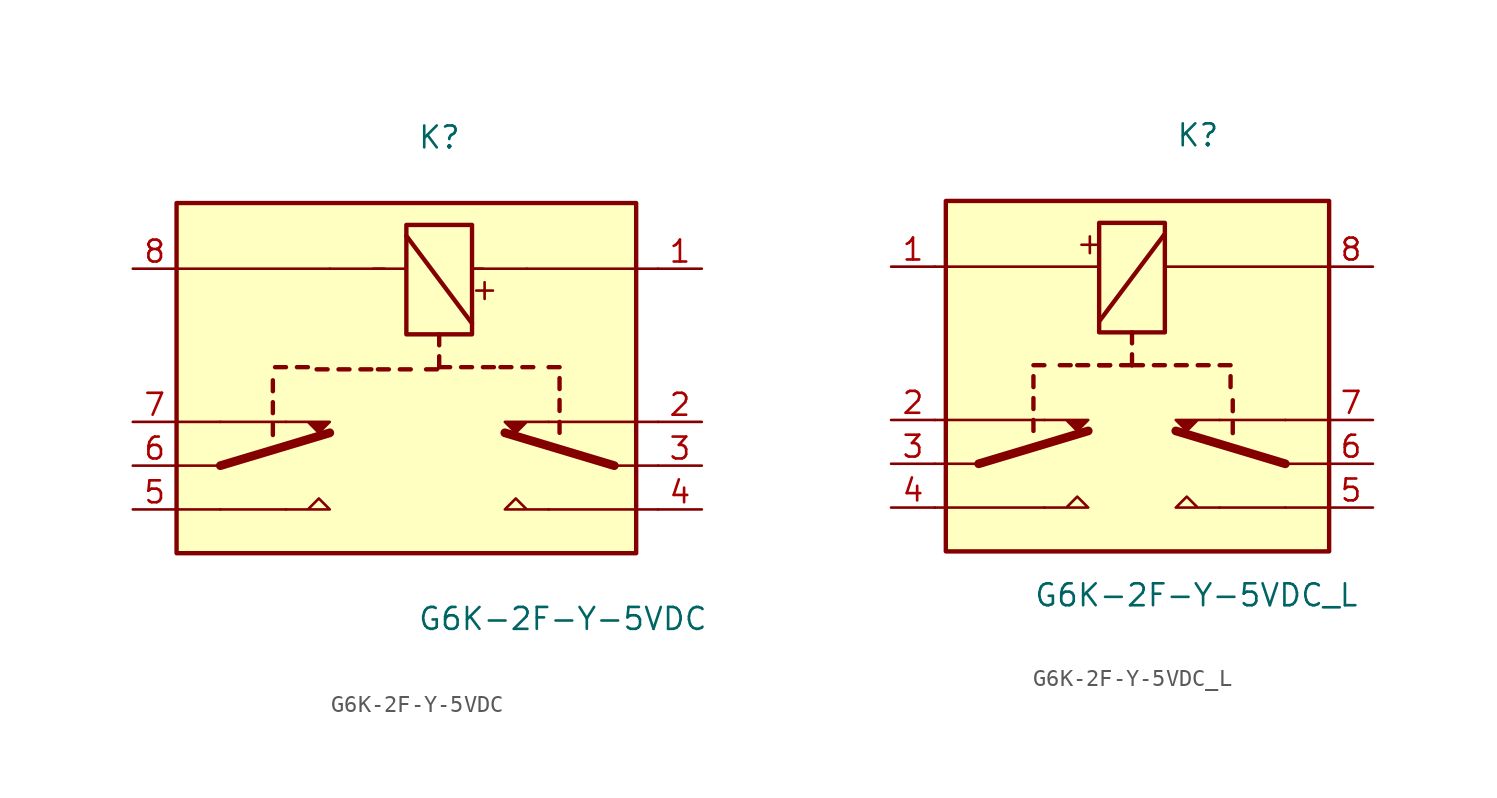
<source format=kicad_sym>
(kicad_symbol_lib
  (version 20210619)
  (generator kicad_symbol_editor)
  (symbol "my_Library:G6K-2F-Y-5VDC"
    (property "Reference" "K"
      (at 16.51 7.62 0)
      (effects (font (size 1.27 1.27)) (justify left)))
    (property "Value" "G6K-2F-Y-5VDC"
      (at 16.51 -20.32 0)
      (effects (font (size 1.27 1.27)) (justify left)))
    (symbol "G6K-2F-Y-5VDC_0_0"
      (text "+" (at 20.32 -1.27 900) (effects (font (size 1.27 1.27)))))
    (symbol "G6K-2F-Y-5VDC_0_1"
      (rectangle (start 19.685 2.54) (end 15.875 -3.81) (stroke (width 0.254)) (fill (type none)))
      (rectangle (start 2.54 3.81) (end 29.21 -16.51) (stroke (width 0.254)) (fill (type background)))
      (polyline (pts (xy 2.54 -13.97) (xy 5.08 -13.97)) (stroke (width 0.152)) (fill (type none)))
      (polyline (pts (xy 2.54 -8.89) (xy 5.08 -8.89)) (stroke (width 0.152)) (fill (type none)))
      (polyline (pts (xy 5.08 -13.97) (xy 8.89 -13.97)) (stroke (width 0.152)) (fill (type none)))
      (polyline (pts (xy 5.08 -11.43) (xy 2.54 -11.43)) (stroke (width 0.152)) (fill (type none)))
      (polyline (pts (xy 5.08 -11.43) (xy 11.43 -9.525)) (stroke (width 0.508)) (fill (type none)))
      (polyline (pts (xy 5.08 -8.89) (xy 8.89 -8.89)) (stroke (width 0.152)) (fill (type none)))
      (polyline (pts (xy 8.128 -9.017) (xy 8.128 -9.652)) (stroke (width 0.254)) (fill (type none)))
      (polyline (pts (xy 8.128 -7.747) (xy 8.128 -8.382)) (stroke (width 0.254)) (fill (type none)))
      (polyline (pts (xy 8.128 -6.477) (xy 8.128 -7.112)) (stroke (width 0.254)) (fill (type none)))
      (polyline (pts (xy 8.89 -5.715) (xy 8.255 -5.715)) (stroke (width 0.254)) (fill (type none)))
      (polyline (pts (xy 10.16 -5.715) (xy 9.525 -5.715)) (stroke (width 0.254)) (fill (type none)))
      (polyline (pts (xy 11.303 -5.842) (xy 10.668 -5.842)) (stroke (width 0.254)) (fill (type none)))
      (polyline (pts (xy 11.43 0) (xy 2.54 0)) (stroke (width 0.152)) (fill (type none)))
      (polyline (pts (xy 11.43 0) (xy 14.605 0)) (stroke (width 0)) (fill (type none)))
      (polyline (pts (xy 12.573 -5.842) (xy 11.938 -5.842)) (stroke (width 0.254)) (fill (type none)))
      (polyline (pts (xy 13.843 -5.842) (xy 13.208 -5.842)) (stroke (width 0.254)) (fill (type none)))
      (polyline (pts (xy 14.859 -5.842) (xy 14.224 -5.842)) (stroke (width 0.254)) (fill (type none)))
      (polyline (pts (xy 15.875 0) (xy 13.97 0)) (stroke (width 0.152)) (fill (type none)))
      (polyline (pts (xy 15.875 1.905) (xy 19.685 -3.175)) (stroke (width 0.254)) (fill (type none)))
      (polyline (pts (xy 16.129 -5.842) (xy 15.494 -5.842)) (stroke (width 0.254)) (fill (type none)))
      (polyline (pts (xy 17.653 -5.842) (xy 17.018 -5.842)) (stroke (width 0.254)) (fill (type none)))
      (polyline (pts (xy 17.78 -5.08) (xy 17.78 -5.715)) (stroke (width 0.254)) (fill (type none)))
      (polyline (pts (xy 17.78 -3.81) (xy 17.78 -4.445)) (stroke (width 0.254)) (fill (type none)))
      (polyline (pts (xy 18.415 -5.715) (xy 17.78 -5.715)) (stroke (width 0.254)) (fill (type none)))
      (polyline (pts (xy 19.685 -5.715) (xy 19.05 -5.715)) (stroke (width 0.254)) (fill (type none)))
      (polyline (pts (xy 19.685 0) (xy 20.32 0)) (stroke (width 0.152)) (fill (type none)))
      (polyline (pts (xy 20.955 -5.715) (xy 20.32 -5.715)) (stroke (width 0.254)) (fill (type none)))
      (polyline (pts (xy 21.971 -5.715) (xy 21.336 -5.715)) (stroke (width 0.254)) (fill (type none)))
      (polyline (pts (xy 22.86 0) (xy 19.685 0)) (stroke (width 0)) (fill (type none)))
      (polyline (pts (xy 23.241 -5.715) (xy 22.606 -5.715)) (stroke (width 0.254)) (fill (type none)))
      (polyline (pts (xy 24.13 -13.97) (xy 30.48 -13.97)) (stroke (width 0.152)) (fill (type none)))
      (polyline (pts (xy 24.13 -8.89) (xy 30.48 -8.89)) (stroke (width 0.152)) (fill (type none)))
      (polyline (pts (xy 24.765 -8.89) (xy 24.765 -9.525)) (stroke (width 0.254)) (fill (type none)))
      (polyline (pts (xy 24.765 -7.62) (xy 24.765 -8.255)) (stroke (width 0.254)) (fill (type none)))
      (polyline (pts (xy 24.765 -6.35) (xy 24.765 -6.985)) (stroke (width 0.254)) (fill (type none)))
      (polyline (pts (xy 24.765 -5.715) (xy 24.13 -5.715)) (stroke (width 0.254)) (fill (type none)))
      (polyline (pts (xy 27.94 -11.43) (xy 21.59 -9.525)) (stroke (width 0.508)) (fill (type none)))
      (polyline (pts (xy 27.94 -11.43) (xy 30.48 -11.43)) (stroke (width 0)) (fill (type none)))
      (polyline (pts (xy 22.86 0) (xy 30.48 0) (xy 29.21 0)) (stroke (width 0.152)) (fill (type none)))
      (polyline (pts (xy 8.89 -13.97) (xy 11.43 -13.97) (xy 10.795 -13.335) (xy 10.16 -13.97)) (stroke (width 0)) (fill (type none)))
      (polyline (pts (xy 24.13 -13.97) (xy 21.59 -13.97) (xy 22.225 -13.335) (xy 22.86 -13.97)) (stroke (width 0)) (fill (type none)))
      (polyline (pts (xy 8.89 -8.89) (xy 11.43 -8.89) (xy 10.795 -9.525) (xy 10.16 -8.89)) (stroke (width 0)) (fill (type outline)))
      (polyline (pts (xy 24.13 -8.89) (xy 21.59 -8.89) (xy 22.225 -9.525) (xy 22.86 -8.89)) (stroke (width 0)) (fill (type outline))))
    (symbol "G6K-2F-Y-5VDC_1_1"
      (pin passive line (at 33.02 0 180) (length 2.54) (name "~" (effects (font (size 1.27 1.27)))) (number "1" (effects (font (size 1.27 1.27)))))
      (pin passive line (at 33.02 -8.89 180) (length 2.54) (name "~" (effects (font (size 1.27 1.27)))) (number "2" (effects (font (size 1.27 1.27)))))
      (pin passive line (at 33.02 -11.43 180) (length 2.54) (name "~" (effects (font (size 1.27 1.27)))) (number "3" (effects (font (size 1.27 1.27)))))
      (pin passive line (at 33.02 -13.97 180) (length 2.54) (name "~" (effects (font (size 1.27 1.27)))) (number "4" (effects (font (size 1.27 1.27)))))
      (pin passive line (at 0 -13.97 0) (length 2.54) (name "~" (effects (font (size 1.27 1.27)))) (number "5" (effects (font (size 1.27 1.27)))))
      (pin passive line (at 0 -11.43 0) (length 2.54) (name "~" (effects (font (size 1.27 1.27)))) (number "6" (effects (font (size 1.27 1.27)))))
      (pin passive line (at 0 -8.89 0) (length 2.54) (name "~" (effects (font (size 1.27 1.27)))) (number "7" (effects (font (size 1.27 1.27)))))
      (pin passive line (at 0 0 0) (length 2.54) (name "~" (effects (font (size 1.27 1.27)))) (number "8" (effects (font (size 1.27 1.27)))))))
  (symbol "my_Library:G6K-2F-Y-5VDC_L"
    (property "Reference" "K"
      (at 16.51 7.62 0)
      (effects (font (size 1.27 1.27)) (justify left)))
    (property "Value" "G6K-2F-Y-5VDC_L"
      (at 8.255 -19.05 0)
      (effects (font (size 1.27 1.27)) (justify left)))
    (symbol "G6K-2F-Y-5VDC_L_0_0"
      (text "+" (at 11.43 1.27 900) (effects (font (size 1.27 1.27)))))
    (symbol "G6K-2F-Y-5VDC_L_0_1"
      (rectangle (start 12.065 2.54) (end 15.875 -3.81) (stroke (width 0.254)) (fill (type none)))
      (rectangle (start 3.175 3.81) (end 25.4 -16.51) (stroke (width 0.254)) (fill (type background)))
      (polyline (pts (xy 5.08 -11.43) (xy 2.54 -11.43)) (stroke (width 0)) (fill (type none)))
      (polyline (pts (xy 5.08 -11.43) (xy 11.43 -9.525)) (stroke (width 0.508)) (fill (type none)))
      (polyline (pts (xy 8.255 -8.89) (xy 8.255 -9.525)) (stroke (width 0.254)) (fill (type none)))
      (polyline (pts (xy 8.255 -7.62) (xy 8.255 -8.255)) (stroke (width 0.254)) (fill (type none)))
      (polyline (pts (xy 8.255 -6.35) (xy 8.255 -6.985)) (stroke (width 0.254)) (fill (type none)))
      (polyline (pts (xy 8.255 -5.715) (xy 8.89 -5.715)) (stroke (width 0.254)) (fill (type none)))
      (polyline (pts (xy 8.89 -13.97) (xy 2.54 -13.97)) (stroke (width 0.152)) (fill (type none)))
      (polyline (pts (xy 8.89 -8.89) (xy 2.54 -8.89)) (stroke (width 0.152)) (fill (type none)))
      (polyline (pts (xy 9.779 -5.715) (xy 10.414 -5.715)) (stroke (width 0.254)) (fill (type none)))
      (polyline (pts (xy 10.795 -5.715) (xy 11.43 -5.715)) (stroke (width 0.254)) (fill (type none)))
      (polyline (pts (xy 12.065 -5.715) (xy 12.7 -5.715)) (stroke (width 0.254)) (fill (type none)))
      (polyline (pts (xy 12.065 -5.715) (xy 12.7 -5.715)) (stroke (width 0.254)) (fill (type none)))
      (polyline (pts (xy 13.335 -5.715) (xy 13.97 -5.715)) (stroke (width 0.254)) (fill (type none)))
      (polyline (pts (xy 13.97 -5.715) (xy 14.605 -5.715)) (stroke (width 0.254)) (fill (type none)))
      (polyline (pts (xy 13.97 -5.08) (xy 13.97 -5.715)) (stroke (width 0.254)) (fill (type none)))
      (polyline (pts (xy 13.97 -3.81) (xy 13.97 -4.445)) (stroke (width 0.254)) (fill (type none)))
      (polyline (pts (xy 15.24 -5.715) (xy 15.875 -5.715)) (stroke (width 0.254)) (fill (type none)))
      (polyline (pts (xy 15.875 0) (xy 25.4 0)) (stroke (width 0.152)) (fill (type none)))
      (polyline (pts (xy 15.875 1.905) (xy 12.065 -3.175)) (stroke (width 0.254)) (fill (type none)))
      (polyline (pts (xy 16.51 -5.715) (xy 17.145 -5.715)) (stroke (width 0.254)) (fill (type none)))
      (polyline (pts (xy 17.78 -5.715) (xy 18.415 -5.715)) (stroke (width 0.254)) (fill (type none)))
      (polyline (pts (xy 19.05 -5.715) (xy 19.685 -5.715)) (stroke (width 0.254)) (fill (type none)))
      (polyline (pts (xy 19.685 -6.35) (xy 19.685 -6.985)) (stroke (width 0.254)) (fill (type none)))
      (polyline (pts (xy 19.812 -9.017) (xy 19.812 -9.652)) (stroke (width 0.254)) (fill (type none)))
      (polyline (pts (xy 19.812 -7.747) (xy 19.812 -8.382)) (stroke (width 0.254)) (fill (type none)))
      (polyline (pts (xy 22.86 -13.97) (xy 19.05 -13.97)) (stroke (width 0.152)) (fill (type none)))
      (polyline (pts (xy 22.86 -11.43) (xy 16.51 -9.525)) (stroke (width 0.508)) (fill (type none)))
      (polyline (pts (xy 22.86 -11.43) (xy 25.4 -11.43)) (stroke (width 0.152)) (fill (type none)))
      (polyline (pts (xy 22.86 -8.89) (xy 19.05 -8.89)) (stroke (width 0.152)) (fill (type none)))
      (polyline (pts (xy 25.4 -13.97) (xy 22.86 -13.97)) (stroke (width 0.152)) (fill (type none)))
      (polyline (pts (xy 25.4 -8.89) (xy 22.86 -8.89)) (stroke (width 0.152)) (fill (type none)))
      (polyline (pts (xy 12.065 0) (xy 2.54 0) (xy 3.81 0)) (stroke (width 0.152)) (fill (type none)))
      (polyline (pts (xy 8.89 -13.97) (xy 11.43 -13.97) (xy 10.795 -13.335) (xy 10.16 -13.97)) (stroke (width 0)) (fill (type none)))
      (polyline (pts (xy 19.05 -13.97) (xy 16.51 -13.97) (xy 17.145 -13.335) (xy 17.78 -13.97)) (stroke (width 0)) (fill (type none)))
      (polyline (pts (xy 8.89 -8.89) (xy 11.43 -8.89) (xy 10.795 -9.525) (xy 10.16 -8.89)) (stroke (width 0)) (fill (type outline)))
      (polyline (pts (xy 19.05 -8.89) (xy 16.51 -8.89) (xy 17.145 -9.525) (xy 17.78 -8.89)) (stroke (width 0)) (fill (type outline))))
    (symbol "G6K-2F-Y-5VDC_L_1_1"
      (pin passive line (at 0 0 0) (length 2.54) (name "~" (effects (font (size 1.27 1.27)))) (number "1" (effects (font (size 1.27 1.27)))))
      (pin passive line (at 0 -8.89 0) (length 2.54) (name "~" (effects (font (size 1.27 1.27)))) (number "2" (effects (font (size 1.27 1.27)))))
      (pin passive line (at 0 -11.43 0) (length 2.54) (name "~" (effects (font (size 1.27 1.27)))) (number "3" (effects (font (size 1.27 1.27)))))
      (pin passive line (at 0 -13.97 0) (length 2.54) (name "~" (effects (font (size 1.27 1.27)))) (number "4" (effects (font (size 1.27 1.27)))))
      (pin passive line (at 27.94 -13.97 180) (length 2.54) (name "~" (effects (font (size 1.27 1.27)))) (number "5" (effects (font (size 1.27 1.27)))))
      (pin passive line (at 27.94 -11.43 180) (length 2.54) (name "~" (effects (font (size 1.27 1.27)))) (number "6" (effects (font (size 1.27 1.27)))))
      (pin passive line (at 27.94 -8.89 180) (length 2.54) (name "~" (effects (font (size 1.27 1.27)))) (number "7" (effects (font (size 1.27 1.27)))))
      (pin passive line (at 27.94 0 180) (length 2.54) (name "~" (effects (font (size 1.27 1.27)))) (number "8" (effects (font (size 1.27 1.27))))))))
</source>
